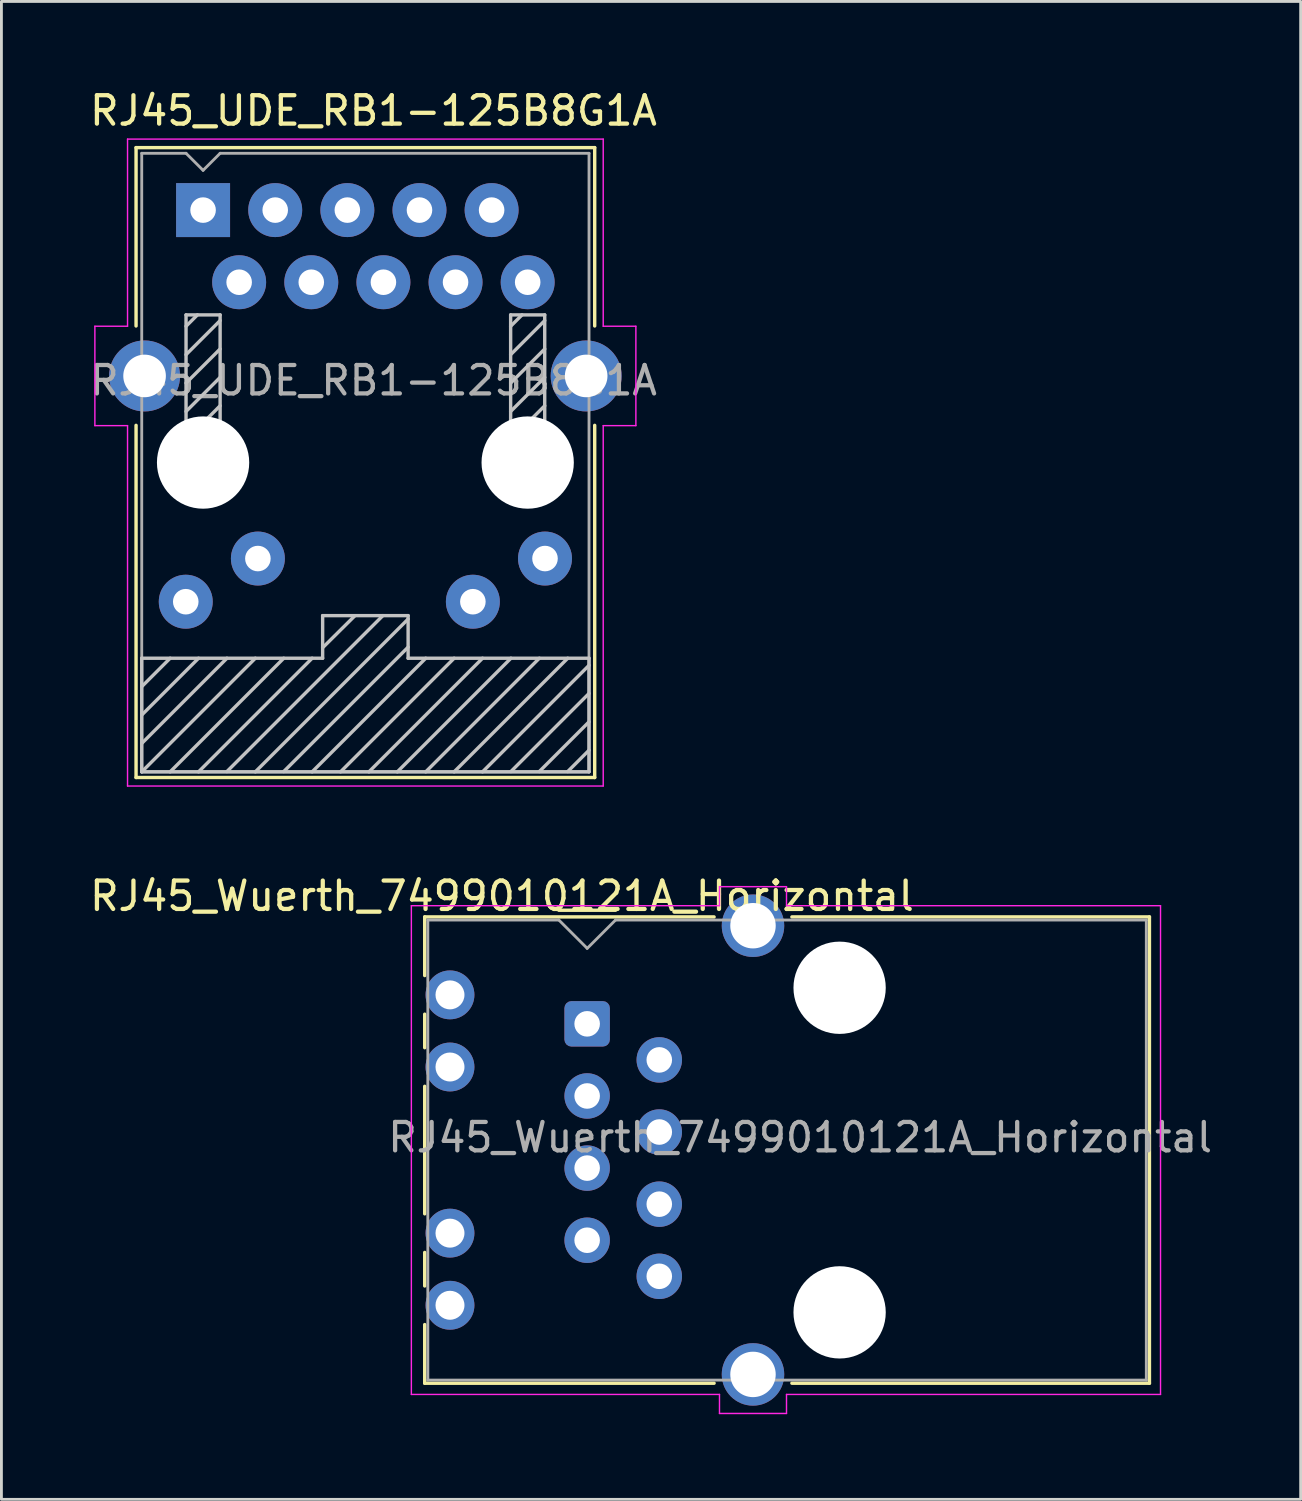
<source format=kicad_pcb>
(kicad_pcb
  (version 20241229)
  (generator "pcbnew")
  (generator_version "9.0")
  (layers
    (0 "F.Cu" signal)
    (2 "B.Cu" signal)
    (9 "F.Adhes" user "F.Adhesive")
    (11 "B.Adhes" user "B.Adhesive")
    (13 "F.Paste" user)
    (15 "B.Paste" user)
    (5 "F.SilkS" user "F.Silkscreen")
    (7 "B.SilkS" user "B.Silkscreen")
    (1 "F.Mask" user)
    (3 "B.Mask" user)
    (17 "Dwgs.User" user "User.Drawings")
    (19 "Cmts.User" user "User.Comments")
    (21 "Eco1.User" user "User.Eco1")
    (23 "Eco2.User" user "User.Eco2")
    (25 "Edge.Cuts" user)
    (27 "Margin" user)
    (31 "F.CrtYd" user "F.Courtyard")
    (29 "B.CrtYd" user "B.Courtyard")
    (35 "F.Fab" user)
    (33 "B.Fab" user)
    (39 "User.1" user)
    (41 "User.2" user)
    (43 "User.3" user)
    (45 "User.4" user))
  (footprint "RJ45_Wuerth_7499010121A_Horizontal"
    (layer "F.Cu")
    (at 17.625 33.002)
    (property "Reference" "RJ45_Wuerth_7499010121A_Horizontal" (at -3 -4.5 0) (layer "F.SilkS") (effects (font (size 1 1) (thickness 0.15))))
    (attr through_hole)
    (fp_line (start -5.72 -3.765) (end -5.72 -1.7) (stroke (width 0.12) (type solid)) (layer "F.SilkS"))
    (fp_line (start -5.72 0.84) (end -5.72 -0.34) (stroke (width 0.12) (type solid)) (layer "F.SilkS"))
    (fp_line (start -5.72 6.69) (end -5.72 2.2) (stroke (width 0.12) (type solid)) (layer "F.SilkS"))
    (fp_line (start -5.72 9.23) (end -5.72 8.05) (stroke (width 0.12) (type solid)) (layer "F.SilkS"))
    (fp_line (start -5.72 10.59) (end -5.72 12.655) (stroke (width 0.12) (type solid)) (layer "F.SilkS"))
    (fp_line (start -5.72 12.655) (end 4.47 12.655) (stroke (width 0.12) (type solid)) (layer "F.SilkS"))
    (fp_line (start -1 -4) (end 1 -4) (stroke (width 0.12) (type solid)) (layer "F.SilkS"))
    (fp_line (start 4.47 -3.765) (end -5.72 -3.765) (stroke (width 0.12) (type solid)) (layer "F.SilkS"))
    (fp_line (start 7.21 12.655) (end 19.8 12.655) (stroke (width 0.12) (type solid)) (layer "F.SilkS"))
    (fp_line (start 19.8 -3.765) (end 7.21 -3.765) (stroke (width 0.12) (type solid)) (layer "F.SilkS"))
    (fp_line (start 19.8 12.655) (end 19.8 -3.765) (stroke (width 0.12) (type solid)) (layer "F.SilkS"))
    (fp_line (start -6.19 -4.16) (end -6.19 13.05) (stroke (width 0.05) (type solid)) (layer "F.CrtYd"))
    (fp_line (start 4.66 -4.83) (end 4.66 -4.16) (stroke (width 0.05) (type solid)) (layer "F.CrtYd"))
    (fp_line (start 4.66 -4.16) (end -6.19 -4.16) (stroke (width 0.05) (type solid)) (layer "F.CrtYd"))
    (fp_line (start 4.66 13.05) (end -6.19 13.05) (stroke (width 0.05) (type solid)) (layer "F.CrtYd"))
    (fp_line (start 4.66 13.05) (end 4.66 13.72) (stroke (width 0.05) (type solid)) (layer "F.CrtYd"))
    (fp_line (start 7.02 -4.83) (end 4.66 -4.83) (stroke (width 0.05) (type solid)) (layer "F.CrtYd"))
    (fp_line (start 7.02 -4.83) (end 7.02 -4.16) (stroke (width 0.05) (type solid)) (layer "F.CrtYd"))
    (fp_line (start 7.02 13.05) (end 7.02 13.72) (stroke (width 0.05) (type solid)) (layer "F.CrtYd"))
    (fp_line (start 7.02 13.72) (end 4.66 13.72) (stroke (width 0.05) (type solid)) (layer "F.CrtYd"))
    (fp_line (start 20.19 -4.16) (end 7.02 -4.16) (stroke (width 0.05) (type solid)) (layer "F.CrtYd"))
    (fp_line (start 20.19 13.05) (end 7.02 13.05) (stroke (width 0.05) (type solid)) (layer "F.CrtYd"))
    (fp_line (start 20.19 13.05) (end 20.19 -4.16) (stroke (width 0.05) (type solid)) (layer "F.CrtYd"))
    (fp_line (start -5.61 -3.655) (end -5.61 12.545) (stroke (width 0.1) (type solid)) (layer "F.Fab"))
    (fp_line (start -5.61 12.545) (end 19.69 12.545) (stroke (width 0.1) (type solid)) (layer "F.Fab"))
    (fp_line (start -1 -3.655) (end -5.61 -3.655) (stroke (width 0.1) (type solid)) (layer "F.Fab"))
    (fp_line (start 0 -2.66) (end -1 -3.66) (stroke (width 0.1) (type solid)) (layer "F.Fab"))
    (fp_line (start 0 -2.655) (end 1 -3.655) (stroke (width 0.1) (type solid)) (layer "F.Fab"))
    (fp_line (start 19.69 -3.655) (end 1 -3.655) (stroke (width 0.1) (type solid)) (layer "F.Fab"))
    (fp_line (start 19.69 12.545) (end 19.69 -3.655) (stroke (width 0.1) (type solid)) (layer "F.Fab"))
    (fp_text user "${REFERENCE}" (at 7.5 4 180) (layer "F.Fab") (effects (font (size 1 1) (thickness 0.15))))
    (pad "" np_thru_hole circle (at 8.89 -1.27 90) (size 3.25 3.25) (drill 3.25) (layers "*.Cu" "*.Mask"))
    (pad "" np_thru_hole circle (at 8.89 10.16 90) (size 3.25 3.25) (drill 3.25) (layers "*.Cu" "*.Mask"))
    (pad "1" thru_hole roundrect (at 0 0 90) (size 1.6 1.6) (drill 0.9) (layers "*.Cu" "*.Mask") (roundrect_rratio 0.155))
    (pad "2" thru_hole circle (at 2.54 1.27 90) (size 1.6 1.6) (drill 0.9) (layers "*.Cu" "*.Mask"))
    (pad "3" thru_hole circle (at 0 2.54 90) (size 1.6 1.6) (drill 0.9) (layers "*.Cu" "*.Mask"))
    (pad "4" thru_hole circle (at 2.54 3.81 90) (size 1.6 1.6) (drill 0.9) (layers "*.Cu" "*.Mask"))
    (pad "5" thru_hole circle (at 0 5.08 90) (size 1.6 1.6) (drill 0.9) (layers "*.Cu" "*.Mask"))
    (pad "6" thru_hole circle (at 2.54 6.35 90) (size 1.6 1.6) (drill 0.9) (layers "*.Cu" "*.Mask"))
    (pad "7" thru_hole circle (at 0 7.62 90) (size 1.6 1.6) (drill 0.9) (layers "*.Cu" "*.Mask"))
    (pad "8" thru_hole circle (at 2.54 8.89 90) (size 1.6 1.6) (drill 0.9) (layers "*.Cu" "*.Mask"))
    (pad "9" thru_hole circle (at -4.83 -1.02 90) (size 1.72 1.72) (drill 1.02) (layers "*.Cu" "*.Mask"))
    (pad "10" thru_hole circle (at -4.83 1.52 90) (size 1.72 1.72) (drill 1.02) (layers "*.Cu" "*.Mask"))
    (pad "11" thru_hole circle (at -4.83 7.37 90) (size 1.72 1.72) (drill 1.02) (layers "*.Cu" "*.Mask"))
    (pad "12" thru_hole circle (at -4.83 9.91 90) (size 1.72 1.72) (drill 1.02) (layers "*.Cu" "*.Mask"))
    (pad "SH" thru_hole circle (at 5.84 -3.455 90) (size 2.2 2.2) (drill 1.6) (layers "*.Cu" "*.Mask"))
    (pad "SH" thru_hole circle (at 5.84 12.345 90) (size 2.2 2.2) (drill 1.6) (layers "*.Cu" "*.Mask")))
  (footprint "RJ45_UDE_RB1-125B8G1A"
    (layer "F.Cu")
    (at 4.101 4.348)
    (property "Reference" "RJ45_UDE_RB1-125B8G1A" (at 6 -3.5 0) (layer "F.SilkS") (effects (font (size 1 1) (thickness 0.15))))
    (attr through_hole)
    (fp_line (start -2.36 -2.2) (end 13.79 -2.2) (stroke (width 0.12) (type solid)) (layer "F.SilkS"))
    (fp_line (start -2.36 4.08) (end -2.36 -2.2) (stroke (width 0.12) (type solid)) (layer "F.SilkS"))
    (fp_line (start -2.36 19.98) (end -2.36 7.58) (stroke (width 0.12) (type solid)) (layer "F.SilkS"))
    (fp_line (start 13.79 4.08) (end 13.79 -2.2) (stroke (width 0.12) (type solid)) (layer "F.SilkS"))
    (fp_line (start 13.79 19.98) (end -2.36 19.98) (stroke (width 0.12) (type solid)) (layer "F.SilkS"))
    (fp_line (start 13.79 19.98) (end 13.79 7.58) (stroke (width 0.12) (type solid)) (layer "F.SilkS"))
    (fp_line (start -2.16 15.78) (end 4.21 15.78) (stroke (width 0.12) (type solid)) (layer "Dwgs.User"))
    (fp_line (start -2.16 16.78) (end -1.16 15.78) (stroke (width 0.12) (type solid)) (layer "Dwgs.User"))
    (fp_line (start -2.16 17.78) (end -0.16 15.78) (stroke (width 0.12) (type solid)) (layer "Dwgs.User"))
    (fp_line (start -2.16 18.78) (end 0.84 15.78) (stroke (width 0.12) (type solid)) (layer "Dwgs.User"))
    (fp_line (start -2.16 19.78) (end -2.16 15.78) (stroke (width 0.12) (type solid)) (layer "Dwgs.User"))
    (fp_line (start -2.16 19.78) (end 1.84 15.78) (stroke (width 0.12) (type solid)) (layer "Dwgs.User"))
    (fp_line (start -1.16 19.78) (end 2.84 15.78) (stroke (width 0.12) (type solid)) (layer "Dwgs.User"))
    (fp_line (start -0.6 3.69) (end -0.6 9.09) (stroke (width 0.12) (type solid)) (layer "Dwgs.User"))
    (fp_line (start -0.6 4.09) (end -0.2 3.69) (stroke (width 0.12) (type solid)) (layer "Dwgs.User"))
    (fp_line (start -0.6 5.09) (end 0.6 3.89) (stroke (width 0.12) (type solid)) (layer "Dwgs.User"))
    (fp_line (start -0.6 6.09) (end 0.6 4.89) (stroke (width 0.12) (type solid)) (layer "Dwgs.User"))
    (fp_line (start -0.6 7.09) (end 0.6 5.89) (stroke (width 0.12) (type solid)) (layer "Dwgs.User"))
    (fp_line (start -0.6 8.09) (end 0.6 6.89) (stroke (width 0.12) (type solid)) (layer "Dwgs.User"))
    (fp_line (start -0.6 9.09) (end 0.6 7.89) (stroke (width 0.12) (type solid)) (layer "Dwgs.User"))
    (fp_line (start -0.6 9.09) (end 0.6 9.09) (stroke (width 0.12) (type solid)) (layer "Dwgs.User"))
    (fp_line (start -0.16 19.78) (end 3.84 15.78) (stroke (width 0.12) (type solid)) (layer "Dwgs.User"))
    (fp_line (start 0.6 3.69) (end -0.6 3.69) (stroke (width 0.12) (type solid)) (layer "Dwgs.User"))
    (fp_line (start 0.6 9.09) (end 0.6 3.69) (stroke (width 0.12) (type solid)) (layer "Dwgs.User"))
    (fp_line (start 0.84 19.77) (end 6.33 14.28) (stroke (width 0.12) (type solid)) (layer "Dwgs.User"))
    (fp_line (start 1.84 19.78) (end 7.22 14.4) (stroke (width 0.12) (type solid)) (layer "Dwgs.User"))
    (fp_line (start 2.84 19.77) (end 7.22 15.39) (stroke (width 0.12) (type solid)) (layer "Dwgs.User"))
    (fp_line (start 3.84 19.78) (end 7.84 15.78) (stroke (width 0.12) (type solid)) (layer "Dwgs.User"))
    (fp_line (start 4.21 14.28) (end 7.22 14.28) (stroke (width 0.12) (type solid)) (layer "Dwgs.User"))
    (fp_line (start 4.21 15.41) (end 5.34 14.29) (stroke (width 0.12) (type solid)) (layer "Dwgs.User"))
    (fp_line (start 4.21 15.78) (end 4.21 14.28) (stroke (width 0.12) (type solid)) (layer "Dwgs.User"))
    (fp_line (start 4.84 19.78) (end 8.84 15.78) (stroke (width 0.12) (type solid)) (layer "Dwgs.User"))
    (fp_line (start 5.84 19.78) (end 9.84 15.78) (stroke (width 0.12) (type solid)) (layer "Dwgs.User"))
    (fp_line (start 6.84 19.78) (end 10.84 15.78) (stroke (width 0.12) (type solid)) (layer "Dwgs.User"))
    (fp_line (start 7.22 14.28) (end 7.22 15.78) (stroke (width 0.12) (type solid)) (layer "Dwgs.User"))
    (fp_line (start 7.22 15.78) (end 13.59 15.78) (stroke (width 0.12) (type solid)) (layer "Dwgs.User"))
    (fp_line (start 7.84 19.78) (end 11.84 15.78) (stroke (width 0.12) (type solid)) (layer "Dwgs.User"))
    (fp_line (start 8.84 19.78) (end 12.84 15.78) (stroke (width 0.12) (type solid)) (layer "Dwgs.User"))
    (fp_line (start 9.84 19.78) (end 13.59 16.03) (stroke (width 0.12) (type solid)) (layer "Dwgs.User"))
    (fp_line (start 10.83 3.69) (end 10.83 9.09) (stroke (width 0.12) (type solid)) (layer "Dwgs.User"))
    (fp_line (start 10.83 4.09) (end 11.23 3.69) (stroke (width 0.12) (type solid)) (layer "Dwgs.User"))
    (fp_line (start 10.83 5.09) (end 12.03 3.89) (stroke (width 0.12) (type solid)) (layer "Dwgs.User"))
    (fp_line (start 10.83 6.09) (end 12.03 4.89) (stroke (width 0.12) (type solid)) (layer "Dwgs.User"))
    (fp_line (start 10.83 7.09) (end 12.03 5.89) (stroke (width 0.12) (type solid)) (layer "Dwgs.User"))
    (fp_line (start 10.83 8.09) (end 12.03 6.89) (stroke (width 0.12) (type solid)) (layer "Dwgs.User"))
    (fp_line (start 10.83 9.09) (end 12.03 7.89) (stroke (width 0.12) (type solid)) (layer "Dwgs.User"))
    (fp_line (start 10.83 9.09) (end 12.03 9.09) (stroke (width 0.12) (type solid)) (layer "Dwgs.User"))
    (fp_line (start 10.84 19.77) (end 13.59 17.02) (stroke (width 0.12) (type solid)) (layer "Dwgs.User"))
    (fp_line (start 11.84 19.77) (end 13.59 18.02) (stroke (width 0.12) (type solid)) (layer "Dwgs.User"))
    (fp_line (start 12.03 3.69) (end 10.83 3.69) (stroke (width 0.12) (type solid)) (layer "Dwgs.User"))
    (fp_line (start 12.03 9.09) (end 12.03 3.69) (stroke (width 0.12) (type solid)) (layer "Dwgs.User"))
    (fp_line (start 12.84 19.77) (end 13.59 19.02) (stroke (width 0.12) (type solid)) (layer "Dwgs.User"))
    (fp_line (start 13.59 15.78) (end 13.59 19.78) (stroke (width 0.12) (type solid)) (layer "Dwgs.User"))
    (fp_line (start 13.59 19.78) (end -2.16 19.78) (stroke (width 0.12) (type solid)) (layer "Dwgs.User"))
    (fp_line (start -3.81 4.09) (end -3.81 7.59) (stroke (width 0.05) (type solid)) (layer "F.CrtYd"))
    (fp_line (start -3.81 7.59) (end -2.66 7.59) (stroke (width 0.05) (type solid)) (layer "F.CrtYd"))
    (fp_line (start -2.66 -2.5) (end 14.09 -2.5) (stroke (width 0.05) (type solid)) (layer "F.CrtYd"))
    (fp_line (start -2.66 4.09) (end -3.81 4.09) (stroke (width 0.05) (type solid)) (layer "F.CrtYd"))
    (fp_line (start -2.66 4.09) (end -2.66 -2.5) (stroke (width 0.05) (type solid)) (layer "F.CrtYd"))
    (fp_line (start -2.66 7.59) (end -2.66 20.28) (stroke (width 0.05) (type solid)) (layer "F.CrtYd"))
    (fp_line (start 14.09 -2.5) (end 14.09 4.09) (stroke (width 0.05) (type solid)) (layer "F.CrtYd"))
    (fp_line (start 14.09 4.09) (end 15.24 4.09) (stroke (width 0.05) (type solid)) (layer "F.CrtYd"))
    (fp_line (start 14.09 7.59) (end 14.09 20.28) (stroke (width 0.05) (type solid)) (layer "F.CrtYd"))
    (fp_line (start 14.09 20.28) (end -2.66 20.28) (stroke (width 0.05) (type solid)) (layer "F.CrtYd"))
    (fp_line (start 15.24 4.09) (end 15.24 7.59) (stroke (width 0.05) (type solid)) (layer "F.CrtYd"))
    (fp_line (start 15.24 7.59) (end 14.09 7.59) (stroke (width 0.05) (type solid)) (layer "F.CrtYd"))
    (fp_line (start -2.16 19.78) (end -2.16 -2) (stroke (width 0.1) (type solid)) (layer "F.Fab"))
    (fp_line (start -0.6 -2) (end -2.16 -2) (stroke (width 0.1) (type solid)) (layer "F.Fab"))
    (fp_line (start 0 -1.4) (end -0.6 -2) (stroke (width 0.1) (type solid)) (layer "F.Fab"))
    (fp_line (start 0 -1.4) (end 0.6 -2) (stroke (width 0.1) (type solid)) (layer "F.Fab"))
    (fp_line (start 0.6 -2) (end 13.59 -2) (stroke (width 0.1) (type solid)) (layer "F.Fab"))
    (fp_line (start 13.59 -2) (end 13.59 19.78) (stroke (width 0.1) (type solid)) (layer "F.Fab"))
    (fp_line (start 13.59 19.78) (end -2.16 19.78) (stroke (width 0.1) (type solid)) (layer "F.Fab"))
    (fp_text user "${REFERENCE}" (at 6 6 0) (layer "F.Fab") (effects (font (size 1 1) (thickness 0.15))))
    (pad "" np_thru_hole circle (at 0 8.89) (size 3.25 3.25) (drill 3.25) (layers "*.Cu" "*.Mask"))
    (pad "" np_thru_hole circle (at 11.43 8.89) (size 3.25 3.25) (drill 3.25) (layers "*.Cu" "*.Mask"))
    (pad "L1" thru_hole circle (at 12.04 12.27) (size 1.9 1.9) (drill 0.9) (layers "*.Cu" "*.Mask"))
    (pad "L2" thru_hole circle (at 9.5 13.79) (size 1.9 1.9) (drill 0.9) (layers "*.Cu" "*.Mask"))
    (pad "L3" thru_hole circle (at 1.93 12.27) (size 1.9 1.9) (drill 0.9) (layers "*.Cu" "*.Mask"))
    (pad "L4" thru_hole circle (at -0.61 13.79) (size 1.9 1.9) (drill 0.9) (layers "*.Cu" "*.Mask"))
    (pad "R1" thru_hole rect (at 0 0) (size 1.9 1.9) (drill 0.9) (layers "*.Cu" "*.Mask"))
    (pad "R2" thru_hole circle (at 1.27 2.54) (size 1.9 1.9) (drill 0.9) (layers "*.Cu" "*.Mask"))
    (pad "R3" thru_hole circle (at 2.54 0) (size 1.9 1.9) (drill 0.9) (layers "*.Cu" "*.Mask"))
    (pad "R4" thru_hole circle (at 3.81 2.54) (size 1.9 1.9) (drill 0.9) (layers "*.Cu" "*.Mask"))
    (pad "R5" thru_hole circle (at 5.08 0) (size 1.9 1.9) (drill 0.9) (layers "*.Cu" "*.Mask"))
    (pad "R6" thru_hole circle (at 6.35 2.54) (size 1.9 1.9) (drill 0.9) (layers "*.Cu" "*.Mask"))
    (pad "R7" thru_hole circle (at 7.62 0) (size 1.9 1.9) (drill 0.9) (layers "*.Cu" "*.Mask"))
    (pad "R8" thru_hole circle (at 8.89 2.54) (size 1.9 1.9) (drill 0.9) (layers "*.Cu" "*.Mask"))
    (pad "R9" thru_hole circle (at 10.16 0) (size 1.9 1.9) (drill 0.9) (layers "*.Cu" "*.Mask"))
    (pad "R10" thru_hole circle (at 11.43 2.54) (size 1.9 1.9) (drill 0.9) (layers "*.Cu" "*.Mask"))
    (pad "SH" thru_hole circle (at -2.06 5.84) (size 2.5 2.5) (drill 1.5) (layers "*.Cu" "*.Mask"))
    (pad "SH" thru_hole circle (at 13.49 5.84) (size 2.5 2.5) (drill 1.5) (layers "*.Cu" "*.Mask")))
  (gr_rect
    (start -3 -3)
    (end 42.75 49.746)
    (stroke (width 0.1) (type default))
    (fill no)
    (layer "Edge.Cuts")))
</source>
